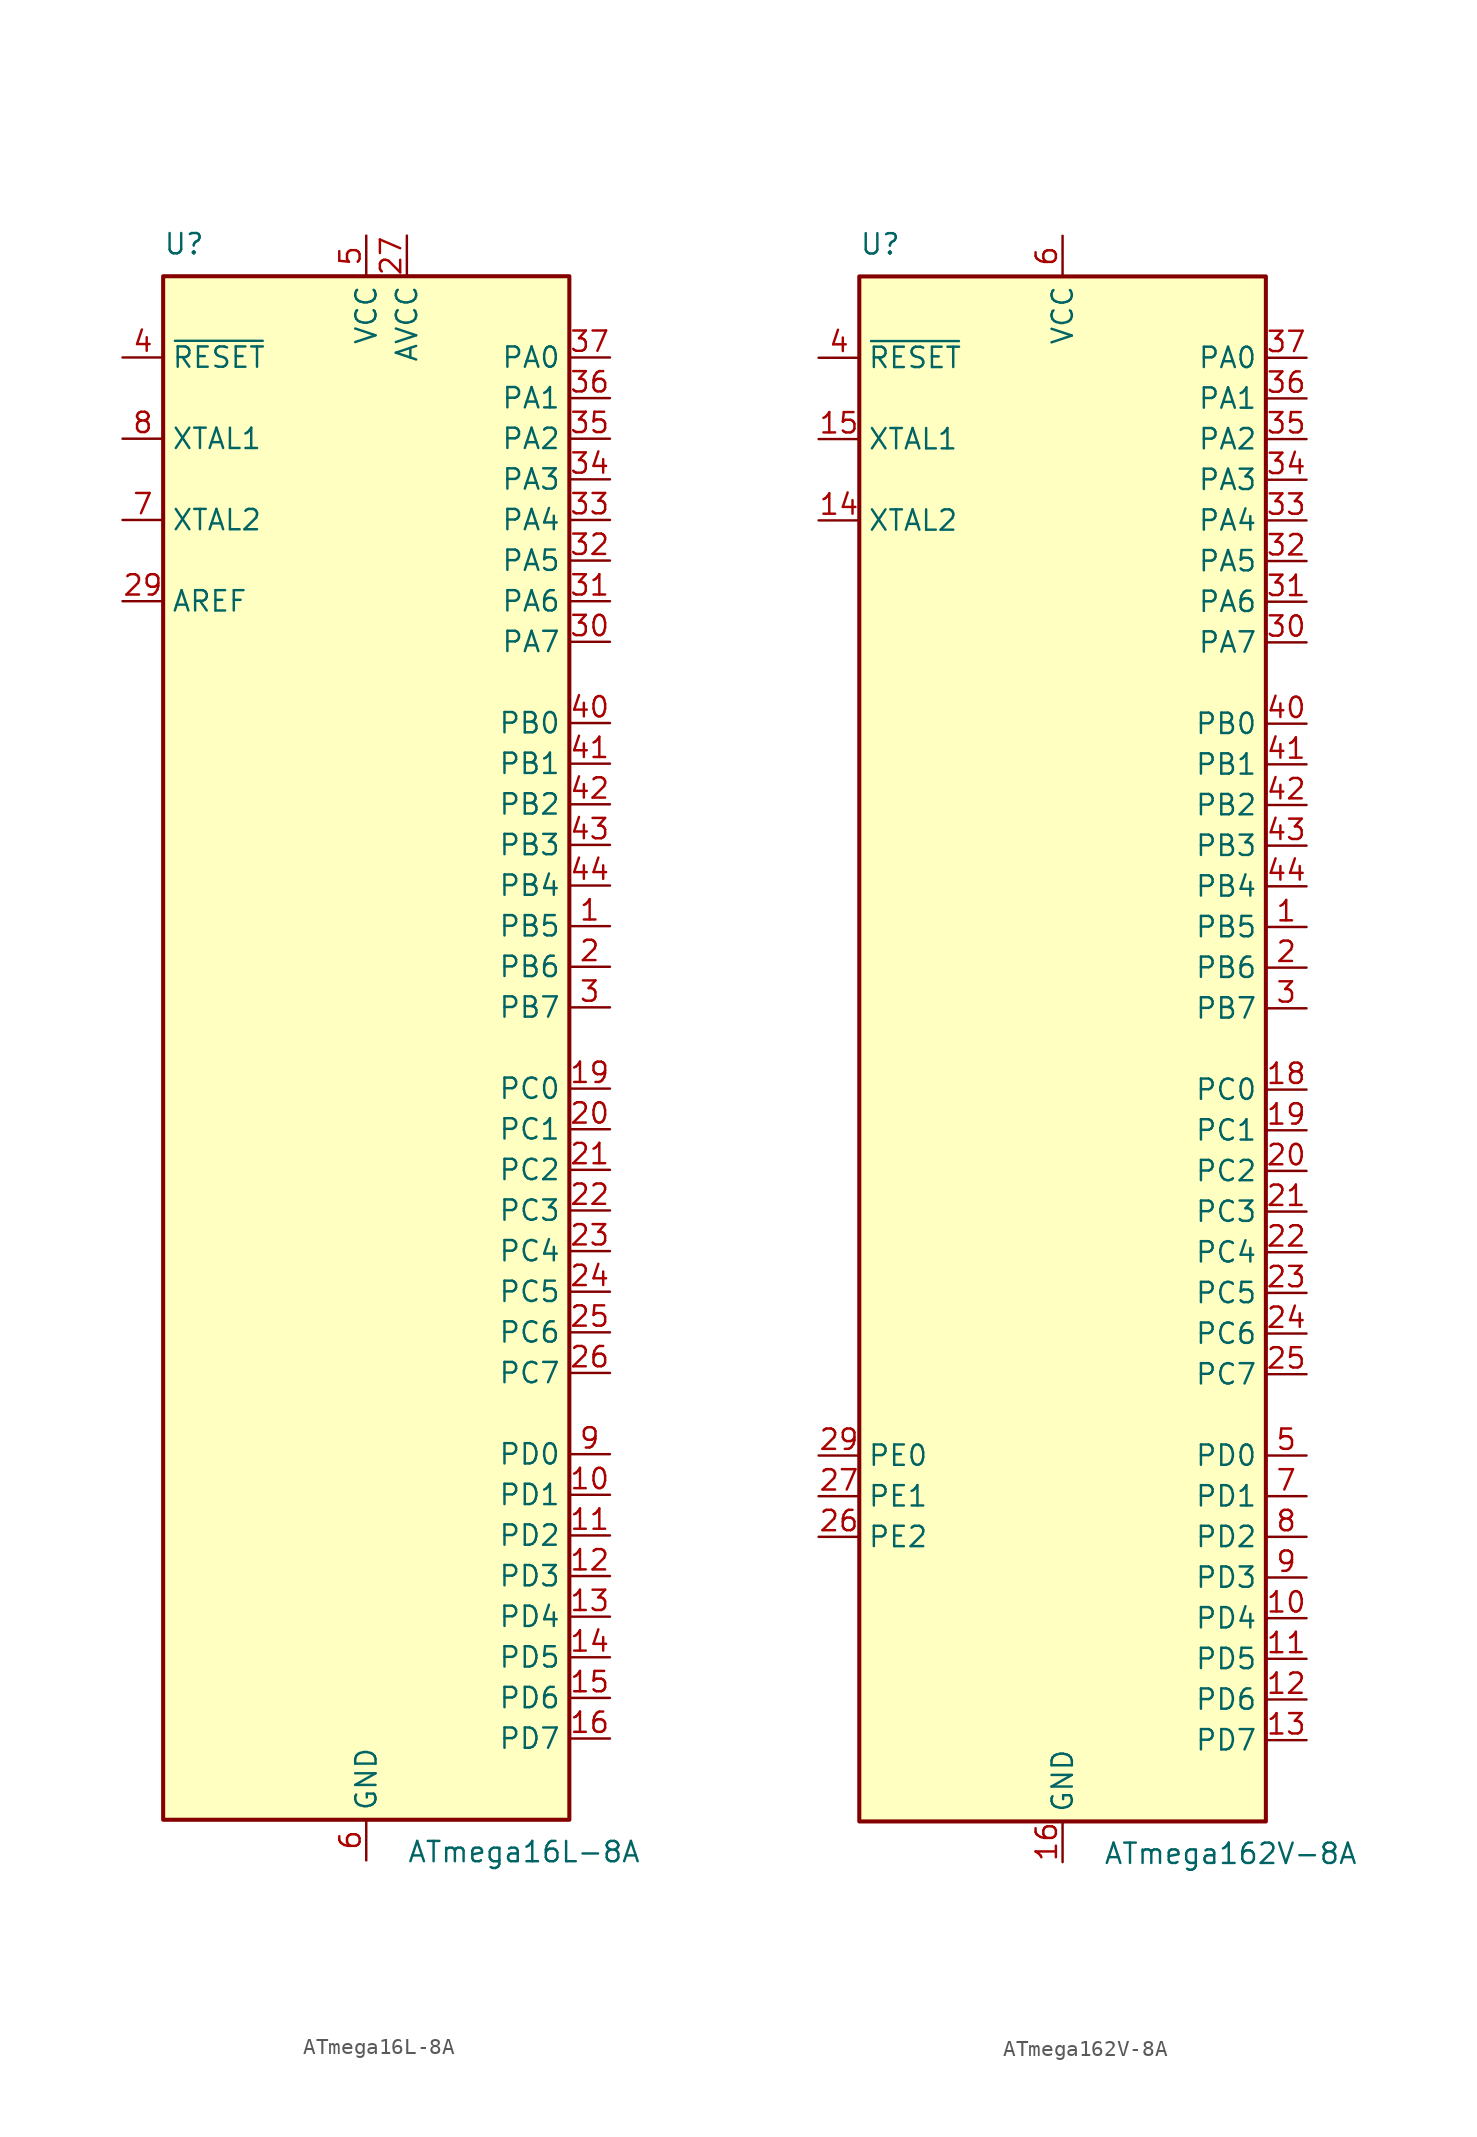
<source format=kicad_sym>
(kicad_symbol_lib
  (version 20201005)
  (generator kicad_symbol_editor)
  (symbol "ATmega16L-8A"
    (property "Reference" "U"
      (at -12.7 49.53 0)
      (effects (font (size 1.27 1.27)) (justify left bottom)))
    (property "Value" "ATmega16L-8A"
      (at 2.54 -49.53 0)
      (effects (font (size 1.27 1.27)) (justify left top)))
    (symbol "ATmega16L-8A_0_1"
      (rectangle (start -12.7 -48.26) (end 12.7 48.26) (stroke (width 0.254)) (fill (type background))))
    (symbol "ATmega16L-8A_1_1"
      (pin bidirectional line (at 15.24 7.62 180) (length 2.54) (name "PB5" (effects (font (size 1.27 1.27)))) (number "1" (effects (font (size 1.27 1.27)))))
      (pin bidirectional line (at 15.24 -27.94 180) (length 2.54) (name "PD1" (effects (font (size 1.27 1.27)))) (number "10" (effects (font (size 1.27 1.27)))))
      (pin bidirectional line (at 15.24 -30.48 180) (length 2.54) (name "PD2" (effects (font (size 1.27 1.27)))) (number "11" (effects (font (size 1.27 1.27)))))
      (pin bidirectional line (at 15.24 -33.02 180) (length 2.54) (name "PD3" (effects (font (size 1.27 1.27)))) (number "12" (effects (font (size 1.27 1.27)))))
      (pin bidirectional line (at 15.24 -35.56 180) (length 2.54) (name "PD4" (effects (font (size 1.27 1.27)))) (number "13" (effects (font (size 1.27 1.27)))))
      (pin bidirectional line (at 15.24 -38.1 180) (length 2.54) (name "PD5" (effects (font (size 1.27 1.27)))) (number "14" (effects (font (size 1.27 1.27)))))
      (pin bidirectional line (at 15.24 -40.64 180) (length 2.54) (name "PD6" (effects (font (size 1.27 1.27)))) (number "15" (effects (font (size 1.27 1.27)))))
      (pin bidirectional line (at 15.24 -43.18 180) (length 2.54) (name "PD7" (effects (font (size 1.27 1.27)))) (number "16" (effects (font (size 1.27 1.27)))))
      (pin passive line (at 0 50.8 270) (length 2.54) hide (name "VCC" (effects (font (size 1.27 1.27)))) (number "17" (effects (font (size 1.27 1.27)))))
      (pin passive line (at 0 -50.8 90) (length 2.54) hide (name "GND" (effects (font (size 1.27 1.27)))) (number "18" (effects (font (size 1.27 1.27)))))
      (pin bidirectional line (at 15.24 -2.54 180) (length 2.54) (name "PC0" (effects (font (size 1.27 1.27)))) (number "19" (effects (font (size 1.27 1.27)))))
      (pin bidirectional line (at 15.24 5.08 180) (length 2.54) (name "PB6" (effects (font (size 1.27 1.27)))) (number "2" (effects (font (size 1.27 1.27)))))
      (pin bidirectional line (at 15.24 -5.08 180) (length 2.54) (name "PC1" (effects (font (size 1.27 1.27)))) (number "20" (effects (font (size 1.27 1.27)))))
      (pin bidirectional line (at 15.24 -7.62 180) (length 2.54) (name "PC2" (effects (font (size 1.27 1.27)))) (number "21" (effects (font (size 1.27 1.27)))))
      (pin bidirectional line (at 15.24 -10.16 180) (length 2.54) (name "PC3" (effects (font (size 1.27 1.27)))) (number "22" (effects (font (size 1.27 1.27)))))
      (pin bidirectional line (at 15.24 -12.7 180) (length 2.54) (name "PC4" (effects (font (size 1.27 1.27)))) (number "23" (effects (font (size 1.27 1.27)))))
      (pin bidirectional line (at 15.24 -15.24 180) (length 2.54) (name "PC5" (effects (font (size 1.27 1.27)))) (number "24" (effects (font (size 1.27 1.27)))))
      (pin bidirectional line (at 15.24 -17.78 180) (length 2.54) (name "PC6" (effects (font (size 1.27 1.27)))) (number "25" (effects (font (size 1.27 1.27)))))
      (pin bidirectional line (at 15.24 -20.32 180) (length 2.54) (name "PC7" (effects (font (size 1.27 1.27)))) (number "26" (effects (font (size 1.27 1.27)))))
      (pin power_in line (at 2.54 50.8 270) (length 2.54) (name "AVCC" (effects (font (size 1.27 1.27)))) (number "27" (effects (font (size 1.27 1.27)))))
      (pin passive line (at 0 -50.8 90) (length 2.54) hide (name "GND" (effects (font (size 1.27 1.27)))) (number "28" (effects (font (size 1.27 1.27)))))
      (pin passive line (at -15.24 27.94 0) (length 2.54) (name "AREF" (effects (font (size 1.27 1.27)))) (number "29" (effects (font (size 1.27 1.27)))))
      (pin bidirectional line (at 15.24 2.54 180) (length 2.54) (name "PB7" (effects (font (size 1.27 1.27)))) (number "3" (effects (font (size 1.27 1.27)))))
      (pin bidirectional line (at 15.24 25.4 180) (length 2.54) (name "PA7" (effects (font (size 1.27 1.27)))) (number "30" (effects (font (size 1.27 1.27)))))
      (pin bidirectional line (at 15.24 27.94 180) (length 2.54) (name "PA6" (effects (font (size 1.27 1.27)))) (number "31" (effects (font (size 1.27 1.27)))))
      (pin bidirectional line (at 15.24 30.48 180) (length 2.54) (name "PA5" (effects (font (size 1.27 1.27)))) (number "32" (effects (font (size 1.27 1.27)))))
      (pin bidirectional line (at 15.24 33.02 180) (length 2.54) (name "PA4" (effects (font (size 1.27 1.27)))) (number "33" (effects (font (size 1.27 1.27)))))
      (pin bidirectional line (at 15.24 35.56 180) (length 2.54) (name "PA3" (effects (font (size 1.27 1.27)))) (number "34" (effects (font (size 1.27 1.27)))))
      (pin bidirectional line (at 15.24 38.1 180) (length 2.54) (name "PA2" (effects (font (size 1.27 1.27)))) (number "35" (effects (font (size 1.27 1.27)))))
      (pin bidirectional line (at 15.24 40.64 180) (length 2.54) (name "PA1" (effects (font (size 1.27 1.27)))) (number "36" (effects (font (size 1.27 1.27)))))
      (pin bidirectional line (at 15.24 43.18 180) (length 2.54) (name "PA0" (effects (font (size 1.27 1.27)))) (number "37" (effects (font (size 1.27 1.27)))))
      (pin passive line (at 0 50.8 270) (length 2.54) hide (name "VCC" (effects (font (size 1.27 1.27)))) (number "38" (effects (font (size 1.27 1.27)))))
      (pin passive line (at 0 -50.8 90) (length 2.54) hide (name "GND" (effects (font (size 1.27 1.27)))) (number "39" (effects (font (size 1.27 1.27)))))
      (pin input line (at -15.24 43.18 0) (length 2.54) (name "~RESET" (effects (font (size 1.27 1.27)))) (number "4" (effects (font (size 1.27 1.27)))))
      (pin bidirectional line (at 15.24 20.32 180) (length 2.54) (name "PB0" (effects (font (size 1.27 1.27)))) (number "40" (effects (font (size 1.27 1.27)))))
      (pin bidirectional line (at 15.24 17.78 180) (length 2.54) (name "PB1" (effects (font (size 1.27 1.27)))) (number "41" (effects (font (size 1.27 1.27)))))
      (pin bidirectional line (at 15.24 15.24 180) (length 2.54) (name "PB2" (effects (font (size 1.27 1.27)))) (number "42" (effects (font (size 1.27 1.27)))))
      (pin bidirectional line (at 15.24 12.7 180) (length 2.54) (name "PB3" (effects (font (size 1.27 1.27)))) (number "43" (effects (font (size 1.27 1.27)))))
      (pin bidirectional line (at 15.24 10.16 180) (length 2.54) (name "PB4" (effects (font (size 1.27 1.27)))) (number "44" (effects (font (size 1.27 1.27)))))
      (pin power_in line (at 0 50.8 270) (length 2.54) (name "VCC" (effects (font (size 1.27 1.27)))) (number "5" (effects (font (size 1.27 1.27)))))
      (pin power_in line (at 0 -50.8 90) (length 2.54) (name "GND" (effects (font (size 1.27 1.27)))) (number "6" (effects (font (size 1.27 1.27)))))
      (pin output line (at -15.24 33.02 0) (length 2.54) (name "XTAL2" (effects (font (size 1.27 1.27)))) (number "7" (effects (font (size 1.27 1.27)))))
      (pin input line (at -15.24 38.1 0) (length 2.54) (name "XTAL1" (effects (font (size 1.27 1.27)))) (number "8" (effects (font (size 1.27 1.27)))))
      (pin bidirectional line (at 15.24 -25.4 180) (length 2.54) (name "PD0" (effects (font (size 1.27 1.27)))) (number "9" (effects (font (size 1.27 1.27)))))))
  (symbol "ATmega162V-8A"
    (property "Reference" "U"
      (at -12.7 49.53 0)
      (effects (font (size 1.27 1.27)) (justify left bottom)))
    (property "Value" "ATmega162V-8A"
      (at 2.54 -49.53 0)
      (effects (font (size 1.27 1.27)) (justify left top)))
    (symbol "ATmega162V-8A_0_1"
      (rectangle (start -12.7 -48.26) (end 12.7 48.26) (stroke (width 0.254)) (fill (type background))))
    (symbol "ATmega162V-8A_1_1"
      (pin bidirectional line (at 15.24 7.62 180) (length 2.54) (name "PB5" (effects (font (size 1.27 1.27)))) (number "1" (effects (font (size 1.27 1.27)))))
      (pin bidirectional line (at 15.24 -35.56 180) (length 2.54) (name "PD4" (effects (font (size 1.27 1.27)))) (number "10" (effects (font (size 1.27 1.27)))))
      (pin bidirectional line (at 15.24 -38.1 180) (length 2.54) (name "PD5" (effects (font (size 1.27 1.27)))) (number "11" (effects (font (size 1.27 1.27)))))
      (pin bidirectional line (at 15.24 -40.64 180) (length 2.54) (name "PD6" (effects (font (size 1.27 1.27)))) (number "12" (effects (font (size 1.27 1.27)))))
      (pin bidirectional line (at 15.24 -43.18 180) (length 2.54) (name "PD7" (effects (font (size 1.27 1.27)))) (number "13" (effects (font (size 1.27 1.27)))))
      (pin output line (at -15.24 33.02 0) (length 2.54) (name "XTAL2" (effects (font (size 1.27 1.27)))) (number "14" (effects (font (size 1.27 1.27)))))
      (pin input line (at -15.24 38.1 0) (length 2.54) (name "XTAL1" (effects (font (size 1.27 1.27)))) (number "15" (effects (font (size 1.27 1.27)))))
      (pin power_in line (at 0 -50.8 90) (length 2.54) (name "GND" (effects (font (size 1.27 1.27)))) (number "16" (effects (font (size 1.27 1.27)))))
      (pin passive line (at 0 50.8 270) (length 2.54) hide (name "VCC" (effects (font (size 1.27 1.27)))) (number "17" (effects (font (size 1.27 1.27)))))
      (pin bidirectional line (at 15.24 -2.54 180) (length 2.54) (name "PC0" (effects (font (size 1.27 1.27)))) (number "18" (effects (font (size 1.27 1.27)))))
      (pin bidirectional line (at 15.24 -5.08 180) (length 2.54) (name "PC1" (effects (font (size 1.27 1.27)))) (number "19" (effects (font (size 1.27 1.27)))))
      (pin bidirectional line (at 15.24 5.08 180) (length 2.54) (name "PB6" (effects (font (size 1.27 1.27)))) (number "2" (effects (font (size 1.27 1.27)))))
      (pin bidirectional line (at 15.24 -7.62 180) (length 2.54) (name "PC2" (effects (font (size 1.27 1.27)))) (number "20" (effects (font (size 1.27 1.27)))))
      (pin bidirectional line (at 15.24 -10.16 180) (length 2.54) (name "PC3" (effects (font (size 1.27 1.27)))) (number "21" (effects (font (size 1.27 1.27)))))
      (pin bidirectional line (at 15.24 -12.7 180) (length 2.54) (name "PC4" (effects (font (size 1.27 1.27)))) (number "22" (effects (font (size 1.27 1.27)))))
      (pin bidirectional line (at 15.24 -15.24 180) (length 2.54) (name "PC5" (effects (font (size 1.27 1.27)))) (number "23" (effects (font (size 1.27 1.27)))))
      (pin bidirectional line (at 15.24 -17.78 180) (length 2.54) (name "PC6" (effects (font (size 1.27 1.27)))) (number "24" (effects (font (size 1.27 1.27)))))
      (pin bidirectional line (at 15.24 -20.32 180) (length 2.54) (name "PC7" (effects (font (size 1.27 1.27)))) (number "25" (effects (font (size 1.27 1.27)))))
      (pin bidirectional line (at -15.24 -30.48 0) (length 2.54) (name "PE2" (effects (font (size 1.27 1.27)))) (number "26" (effects (font (size 1.27 1.27)))))
      (pin bidirectional line (at -15.24 -27.94 0) (length 2.54) (name "PE1" (effects (font (size 1.27 1.27)))) (number "27" (effects (font (size 1.27 1.27)))))
      (pin passive line (at 0 -50.8 90) (length 2.54) hide (name "GND" (effects (font (size 1.27 1.27)))) (number "28" (effects (font (size 1.27 1.27)))))
      (pin bidirectional line (at -15.24 -25.4 0) (length 2.54) (name "PE0" (effects (font (size 1.27 1.27)))) (number "29" (effects (font (size 1.27 1.27)))))
      (pin bidirectional line (at 15.24 2.54 180) (length 2.54) (name "PB7" (effects (font (size 1.27 1.27)))) (number "3" (effects (font (size 1.27 1.27)))))
      (pin bidirectional line (at 15.24 25.4 180) (length 2.54) (name "PA7" (effects (font (size 1.27 1.27)))) (number "30" (effects (font (size 1.27 1.27)))))
      (pin bidirectional line (at 15.24 27.94 180) (length 2.54) (name "PA6" (effects (font (size 1.27 1.27)))) (number "31" (effects (font (size 1.27 1.27)))))
      (pin bidirectional line (at 15.24 30.48 180) (length 2.54) (name "PA5" (effects (font (size 1.27 1.27)))) (number "32" (effects (font (size 1.27 1.27)))))
      (pin bidirectional line (at 15.24 33.02 180) (length 2.54) (name "PA4" (effects (font (size 1.27 1.27)))) (number "33" (effects (font (size 1.27 1.27)))))
      (pin bidirectional line (at 15.24 35.56 180) (length 2.54) (name "PA3" (effects (font (size 1.27 1.27)))) (number "34" (effects (font (size 1.27 1.27)))))
      (pin bidirectional line (at 15.24 38.1 180) (length 2.54) (name "PA2" (effects (font (size 1.27 1.27)))) (number "35" (effects (font (size 1.27 1.27)))))
      (pin bidirectional line (at 15.24 40.64 180) (length 2.54) (name "PA1" (effects (font (size 1.27 1.27)))) (number "36" (effects (font (size 1.27 1.27)))))
      (pin bidirectional line (at 15.24 43.18 180) (length 2.54) (name "PA0" (effects (font (size 1.27 1.27)))) (number "37" (effects (font (size 1.27 1.27)))))
      (pin passive line (at 0 50.8 270) (length 2.54) hide (name "VCC" (effects (font (size 1.27 1.27)))) (number "38" (effects (font (size 1.27 1.27)))))
      (pin passive line (at 0 -50.8 90) (length 2.54) hide (name "GND" (effects (font (size 1.27 1.27)))) (number "39" (effects (font (size 1.27 1.27)))))
      (pin input line (at -15.24 43.18 0) (length 2.54) (name "~RESET" (effects (font (size 1.27 1.27)))) (number "4" (effects (font (size 1.27 1.27)))))
      (pin bidirectional line (at 15.24 20.32 180) (length 2.54) (name "PB0" (effects (font (size 1.27 1.27)))) (number "40" (effects (font (size 1.27 1.27)))))
      (pin bidirectional line (at 15.24 17.78 180) (length 2.54) (name "PB1" (effects (font (size 1.27 1.27)))) (number "41" (effects (font (size 1.27 1.27)))))
      (pin bidirectional line (at 15.24 15.24 180) (length 2.54) (name "PB2" (effects (font (size 1.27 1.27)))) (number "42" (effects (font (size 1.27 1.27)))))
      (pin bidirectional line (at 15.24 12.7 180) (length 2.54) (name "PB3" (effects (font (size 1.27 1.27)))) (number "43" (effects (font (size 1.27 1.27)))))
      (pin bidirectional line (at 15.24 10.16 180) (length 2.54) (name "PB4" (effects (font (size 1.27 1.27)))) (number "44" (effects (font (size 1.27 1.27)))))
      (pin bidirectional line (at 15.24 -25.4 180) (length 2.54) (name "PD0" (effects (font (size 1.27 1.27)))) (number "5" (effects (font (size 1.27 1.27)))))
      (pin power_in line (at 0 50.8 270) (length 2.54) (name "VCC" (effects (font (size 1.27 1.27)))) (number "6" (effects (font (size 1.27 1.27)))))
      (pin bidirectional line (at 15.24 -27.94 180) (length 2.54) (name "PD1" (effects (font (size 1.27 1.27)))) (number "7" (effects (font (size 1.27 1.27)))))
      (pin bidirectional line (at 15.24 -30.48 180) (length 2.54) (name "PD2" (effects (font (size 1.27 1.27)))) (number "8" (effects (font (size 1.27 1.27)))))
      (pin bidirectional line (at 15.24 -33.02 180) (length 2.54) (name "PD3" (effects (font (size 1.27 1.27)))) (number "9" (effects (font (size 1.27 1.27))))))))
</source>
